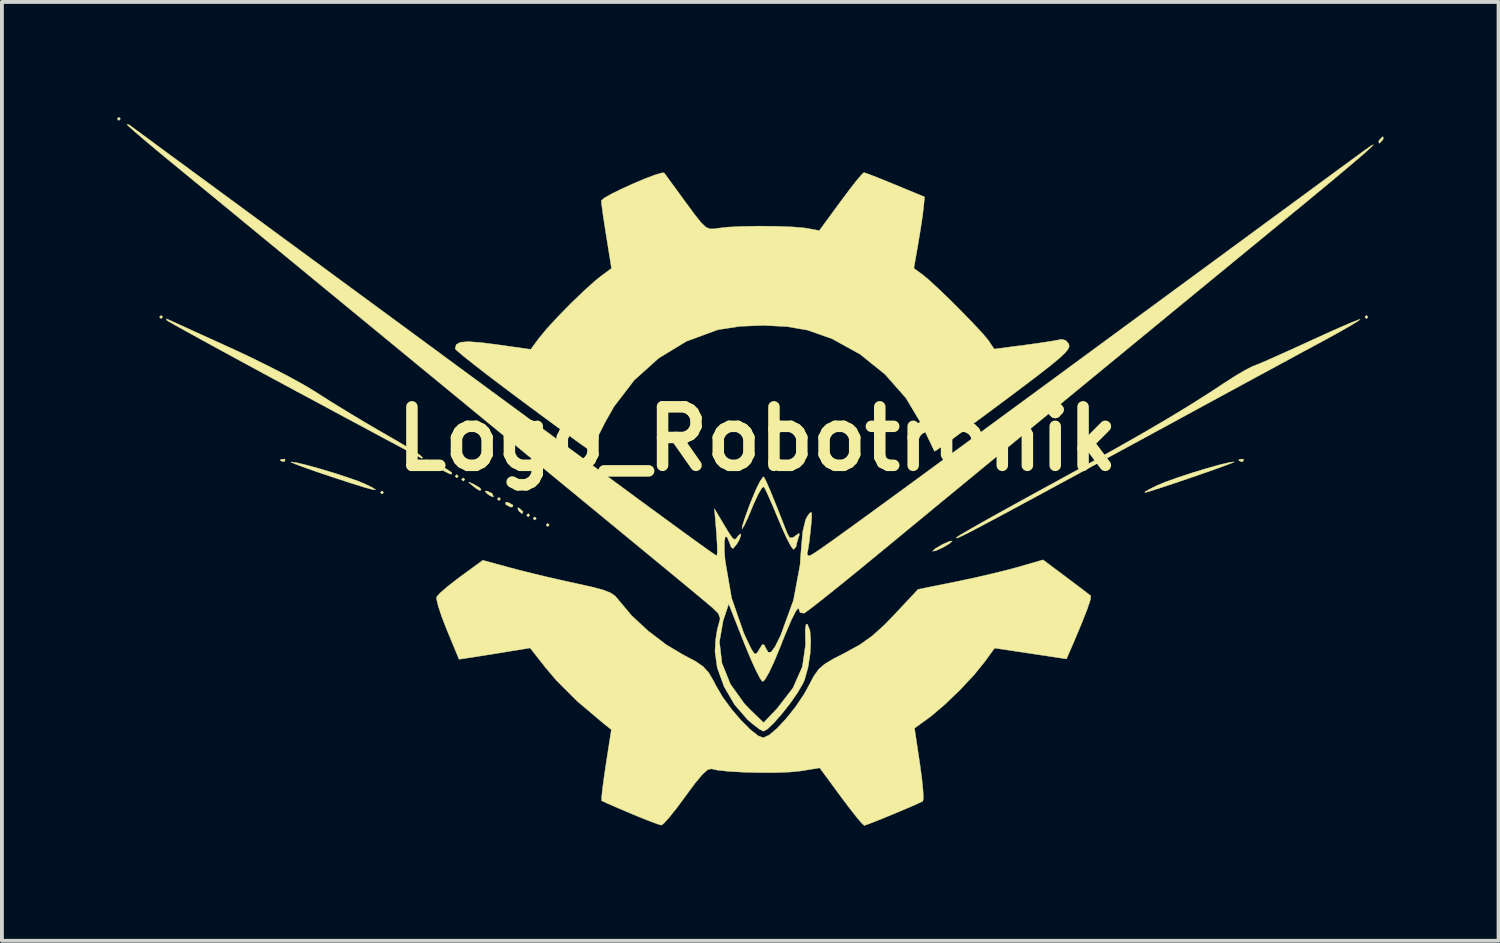
<source format=kicad_pcb>
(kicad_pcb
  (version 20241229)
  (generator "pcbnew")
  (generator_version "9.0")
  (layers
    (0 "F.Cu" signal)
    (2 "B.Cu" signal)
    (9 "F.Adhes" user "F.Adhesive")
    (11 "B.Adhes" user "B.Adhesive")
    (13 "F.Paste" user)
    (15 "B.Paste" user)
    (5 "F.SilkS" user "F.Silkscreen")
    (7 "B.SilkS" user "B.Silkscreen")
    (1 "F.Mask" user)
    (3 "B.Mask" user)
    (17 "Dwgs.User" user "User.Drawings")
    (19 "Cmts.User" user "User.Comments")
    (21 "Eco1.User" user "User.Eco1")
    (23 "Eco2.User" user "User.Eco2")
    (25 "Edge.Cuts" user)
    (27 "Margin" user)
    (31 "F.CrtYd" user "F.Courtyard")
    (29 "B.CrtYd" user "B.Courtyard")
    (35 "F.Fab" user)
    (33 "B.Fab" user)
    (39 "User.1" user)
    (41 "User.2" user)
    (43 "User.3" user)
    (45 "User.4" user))
  (footprint "Logo_Robotronik"
    (layer "F.Cu")
    (at 16.684 8.387)
    (property "Reference" "Logo_Robotronik" (at 0 0 0) (layer "F.SilkS") (effects (font (size 1.524 1.524) (thickness 0.3))))
    (attr through_hole)
    (fp_poly (pts (xy -16.595 -8.34) (xy -16.637 -8.297) (xy -16.679 -8.34) (xy -16.637 -8.382) (xy -16.595 -8.34)) (stroke (width 0.01) (type solid)) (fill yes) (layer "F.SilkS"))
    (fp_poly (pts (xy -15.494 -3.175) (xy -15.536 -3.133) (xy -15.579 -3.175) (xy -15.536 -3.217) (xy -15.494 -3.175)) (stroke (width 0.01) (type solid)) (fill yes) (layer "F.SilkS"))
    (fp_poly (pts (xy -9.737 1.397) (xy -9.779 1.439) (xy -9.821 1.397) (xy -9.779 1.355) (xy -9.737 1.397)) (stroke (width 0.01) (type solid)) (fill yes) (layer "F.SilkS"))
    (fp_poly (pts (xy -7.789 0.974) (xy -7.832 1.016) (xy -7.874 0.974) (xy -7.832 0.931) (xy -7.789 0.974)) (stroke (width 0.01) (type solid)) (fill yes) (layer "F.SilkS"))
    (fp_poly (pts (xy -7.62 1.058) (xy -7.662 1.101) (xy -7.705 1.058) (xy -7.662 1.016) (xy -7.62 1.058)) (stroke (width 0.01) (type solid)) (fill yes) (layer "F.SilkS"))
    (fp_poly (pts (xy -6.689 1.566) (xy -6.731 1.609) (xy -6.773 1.566) (xy -6.731 1.524) (xy -6.689 1.566)) (stroke (width 0.01) (type solid)) (fill yes) (layer "F.SilkS"))
    (fp_poly (pts (xy -5.927 1.99) (xy -5.969 2.032) (xy -6.011 1.99) (xy -5.969 1.947) (xy -5.927 1.99)) (stroke (width 0.01) (type solid)) (fill yes) (layer "F.SilkS"))
    (fp_poly (pts (xy -5.757 2.074) (xy -5.8 2.117) (xy -5.842 2.074) (xy -5.8 2.032) (xy -5.757 2.074)) (stroke (width 0.01) (type solid)) (fill yes) (layer "F.SilkS"))
    (fp_poly (pts (xy -5.419 2.244) (xy -5.461 2.286) (xy -5.503 2.244) (xy -5.461 2.201) (xy -5.419 2.244)) (stroke (width 0.01) (type solid)) (fill yes) (layer "F.SilkS"))
    (fp_poly (pts (xy 15.917 -3.175) (xy 15.875 -3.133) (xy 15.833 -3.175) (xy 15.875 -3.217) (xy 15.917 -3.175)) (stroke (width 0.01) (type solid)) (fill yes) (layer "F.SilkS"))
    (fp_poly (pts (xy -12.305 0.536) (xy -12.317 0.587) (xy -12.361 0.593) (xy -12.431 0.562) (xy -12.418 0.536) (xy -12.317 0.526) (xy -12.305 0.536)) (stroke (width 0.01) (type solid)) (fill yes) (layer "F.SilkS"))
    (fp_poly (pts (xy 12.672 0.536) (xy 12.66 0.587) (xy 12.615 0.593) (xy 12.546 0.562) (xy 12.559 0.536) (xy 12.659 0.526) (xy 12.672 0.536)) (stroke (width 0.01) (type solid)) (fill yes) (layer "F.SilkS"))
    (fp_poly (pts (xy -6.918 1.416) (xy -6.9 1.439) (xy -6.871 1.515) (xy -6.951 1.487) (xy -7.027 1.439) (xy -7.092 1.371) (xy -7.053 1.356) (xy -6.918 1.416)) (stroke (width 0.01) (type solid)) (fill yes) (layer "F.SilkS"))
    (fp_poly (pts (xy -6.481 1.661) (xy -6.362 1.729) (xy -6.382 1.774) (xy -6.43 1.778) (xy -6.544 1.717) (xy -6.561 1.694) (xy -6.547 1.646) (xy -6.481 1.661)) (stroke (width 0.01) (type solid)) (fill yes) (layer "F.SilkS"))
    (fp_poly (pts (xy -6.194 1.812) (xy -6.103 1.897) (xy -6.122 1.947) (xy -6.133 1.947) (xy -6.205 1.887) (xy -6.231 1.85) (xy -6.241 1.792) (xy -6.194 1.812)) (stroke (width 0.01) (type solid)) (fill yes) (layer "F.SilkS"))
    (fp_poly (pts (xy -7.492 1.134) (xy -7.387 1.184) (xy -7.243 1.267) (xy -7.197 1.315) (xy -7.223 1.351) (xy -7.325 1.292) (xy -7.413 1.223) (xy -7.522 1.132) (xy -7.492 1.134)) (stroke (width 0.01) (type solid)) (fill yes) (layer "F.SilkS"))
    (fp_poly (pts (xy 16.314 -7.819) (xy 16.298 -7.789) (xy 16.219 -7.708) (xy 16.204 -7.705) (xy 16.198 -7.759) (xy 16.214 -7.789) (xy 16.293 -7.87) (xy 16.308 -7.874) (xy 16.314 -7.819)) (stroke (width 0.01) (type solid)) (fill yes) (layer "F.SilkS"))
    (fp_poly (pts (xy 5.08 2.663) (xy 5.013 2.726) (xy 4.849 2.824) (xy 4.826 2.836) (xy 4.657 2.913) (xy 4.574 2.929) (xy 4.572 2.925) (xy 4.639 2.862) (xy 4.803 2.764) (xy 4.826 2.752) (xy 4.995 2.675) (xy 5.078 2.659) (xy 5.08 2.663)) (stroke (width 0.01) (type solid)) (fill yes) (layer "F.SilkS"))
    (fp_poly (pts (xy -8.569 0.556) (xy -8.4 0.627) (xy -8.297 0.677) (xy -8.094 0.789) (xy -7.973 0.871) (xy -7.959 0.891) (xy -7.965 0.92) (xy -8.012 0.912) (xy -8.137 0.851) (xy -8.319 0.756) (xy -8.514 0.644) (xy -8.626 0.563) (xy -8.636 0.547) (xy -8.569 0.556)) (stroke (width 0.01) (type solid)) (fill yes) (layer "F.SilkS"))
    (fp_poly (pts (xy -12.004 0.621) (xy -11.742 0.684) (xy -11.407 0.777) (xy -11.042 0.886) (xy -10.691 1) (xy -10.396 1.104) (xy -10.239 1.168) (xy -10.017 1.276) (xy -9.945 1.326) (xy -10.025 1.32) (xy -10.257 1.257) (xy -10.645 1.135) (xy -11.134 0.974) (xy -11.525 0.842) (xy -11.842 0.729) (xy -12.06 0.647) (xy -12.152 0.604) (xy -12.15 0.601) (xy -12.004 0.621)) (stroke (width 0.01) (type solid)) (fill yes) (layer "F.SilkS"))
    (fp_poly (pts (xy 12.377 0.626) (xy 12.195 0.695) (xy 11.919 0.795) (xy 11.581 0.914) (xy 11.214 1.04) (xy 10.851 1.163) (xy 10.525 1.271) (xy 10.269 1.353) (xy 10.118 1.397) (xy 10.097 1.387) (xy 10.206 1.321) (xy 10.414 1.217) (xy 10.646 1.121) (xy 10.966 1.006) (xy 11.332 0.886) (xy 11.704 0.772) (xy 12.039 0.678) (xy 12.296 0.616) (xy 12.431 0.599) (xy 12.377 0.626)) (stroke (width 0.01) (type solid)) (fill yes) (layer "F.SilkS"))
    (fp_poly (pts (xy 0.234 1.111) (xy 0.351 1.38) (xy 0.518 1.792) (xy 0.732 2.338) (xy 0.773 2.443) (xy 0.845 2.579) (xy 0.933 2.571) (xy 0.991 2.528) (xy 1.092 2.459) (xy 1.093 2.516) (xy 1.074 2.568) (xy 1.025 2.736) (xy 1.016 2.801) (xy 0.956 2.877) (xy 0.943 2.879) (xy 0.883 2.805) (xy 0.778 2.608) (xy 0.645 2.319) (xy 0.551 2.095) (xy 0.409 1.757) (xy 0.287 1.478) (xy 0.201 1.295) (xy 0.172 1.246) (xy 0.116 1.286) (xy 0.019 1.452) (xy -0.099 1.71) (xy -0.126 1.776) (xy -0.244 2.055) (xy -0.338 2.255) (xy -0.392 2.34) (xy -0.397 2.34) (xy -0.382 2.253) (xy -0.316 2.047) (xy -0.212 1.758) (xy -0.157 1.618) (xy -0.032 1.318) (xy 0.077 1.1) (xy 0.152 0.994) (xy 0.171 0.992) (xy 0.234 1.111)) (stroke (width 0.01) (type solid)) (fill yes) (layer "F.SilkS"))
    (fp_poly (pts (xy -15.367 -3.117) (xy -15.267 -3.071) (xy -15.037 -2.966) (xy -14.703 -2.814) (xy -14.289 -2.626) (xy -13.821 -2.413) (xy -13.744 -2.379) (xy -13.212 -2.13) (xy -12.679 -1.867) (xy -12.185 -1.611) (xy -11.771 -1.382) (xy -11.5 -1.217) (xy -11.145 -0.99) (xy -10.7 -0.716) (xy -10.219 -0.427) (xy -9.762 -0.16) (xy -9.758 -0.158) (xy -9.303 0.105) (xy -8.986 0.295) (xy -8.795 0.421) (xy -8.717 0.489) (xy -8.742 0.507) (xy -8.742 0.507) (xy -8.818 0.468) (xy -9.029 0.356) (xy -9.358 0.181) (xy -9.791 -0.05) (xy -10.312 -0.33) (xy -10.907 -0.649) (xy -11.559 -1) (xy -12.051 -1.264) (xy -12.738 -1.634) (xy -13.378 -1.981) (xy -13.957 -2.296) (xy -14.46 -2.571) (xy -14.87 -2.797) (xy -15.172 -2.965) (xy -15.351 -3.068) (xy -15.395 -3.097) (xy -15.396 -3.129) (xy -15.367 -3.117)) (stroke (width 0.01) (type solid)) (fill yes) (layer "F.SilkS"))
    (fp_poly (pts (xy 15.65 -3.066) (xy 15.465 -2.954) (xy 15.181 -2.791) (xy 14.822 -2.593) (xy 14.621 -2.484) (xy 14.217 -2.267) (xy 13.703 -1.988) (xy 13.117 -1.671) (xy 12.498 -1.335) (xy 11.884 -1.002) (xy 11.599 -0.847) (xy 10.461 -0.228) (xy 9.462 0.314) (xy 8.595 0.785) (xy 7.849 1.189) (xy 7.218 1.531) (xy 6.691 1.815) (xy 6.26 2.047) (xy 5.916 2.23) (xy 5.65 2.37) (xy 5.454 2.471) (xy 5.319 2.537) (xy 5.236 2.575) (xy 5.196 2.587) (xy 5.19 2.579) (xy 5.207 2.559) (xy 5.3 2.499) (xy 5.523 2.369) (xy 5.857 2.179) (xy 6.284 1.94) (xy 6.784 1.664) (xy 7.338 1.359) (xy 7.578 1.229) (xy 8.542 0.7) (xy 9.375 0.235) (xy 10.097 -0.176) (xy 10.728 -0.546) (xy 11.288 -0.887) (xy 11.797 -1.209) (xy 12.15 -1.442) (xy 12.448 -1.634) (xy 12.714 -1.791) (xy 12.9 -1.886) (xy 12.93 -1.898) (xy 13.069 -1.952) (xy 13.33 -2.065) (xy 13.684 -2.223) (xy 14.101 -2.411) (xy 14.401 -2.549) (xy 14.828 -2.744) (xy 15.197 -2.908) (xy 15.485 -3.031) (xy 15.664 -3.101) (xy 15.711 -3.113) (xy 15.65 -3.066)) (stroke (width 0.01) (type solid)) (fill yes) (layer "F.SilkS"))
    (fp_poly (pts (xy 2.878 -6.908) (xy 3.095 -6.825) (xy 3.394 -6.705) (xy 3.598 -6.621) (xy 4.36 -6.305) (xy 4.332 -6.01) (xy 4.303 -5.778) (xy 4.253 -5.449) (xy 4.194 -5.093) (xy 4.192 -5.08) (xy 4.081 -4.445) (xy 4.305 -4.282) (xy 4.481 -4.136) (xy 4.733 -3.903) (xy 5.03 -3.617) (xy 5.339 -3.308) (xy 5.628 -3.01) (xy 5.865 -2.755) (xy 6.017 -2.575) (xy 6.037 -2.546) (xy 6.175 -2.341) (xy 6.995 -2.448) (xy 7.359 -2.498) (xy 7.664 -2.545) (xy 7.868 -2.582) (xy 7.923 -2.597) (xy 8.042 -2.565) (xy 8.117 -2.475) (xy 8.131 -2.417) (xy 8.105 -2.344) (xy 8.025 -2.244) (xy 7.876 -2.104) (xy 7.644 -1.912) (xy 7.316 -1.656) (xy 6.876 -1.323) (xy 6.422 -0.982) (xy 5.945 -0.628) (xy 5.515 -0.311) (xy 5.15 -0.044) (xy 4.867 0.159) (xy 4.685 0.285) (xy 4.62 0.323) (xy 4.578 0.239) (xy 4.483 0.039) (xy 4.35 -0.241) (xy 4.29 -0.369) (xy 3.876 -1.063) (xy 3.329 -1.683) (xy 2.678 -2.207) (xy 1.951 -2.608) (xy 1.309 -2.834) (xy 0.779 -2.925) (xy 0.167 -2.958) (xy -0.449 -2.933) (xy -0.994 -2.849) (xy -1.055 -2.834) (xy -1.847 -2.542) (xy -2.569 -2.103) (xy -3.203 -1.533) (xy -3.731 -0.845) (xy -3.972 -0.419) (xy -4.127 -0.109) (xy -4.252 0.136) (xy -4.329 0.282) (xy -4.344 0.308) (xy -4.414 0.265) (xy -4.601 0.133) (xy -4.888 -0.074) (xy -5.256 -0.342) (xy -5.688 -0.66) (xy -6.118 -0.978) (xy -6.591 -1.332) (xy -7.017 -1.655) (xy -7.375 -1.932) (xy -7.65 -2.151) (xy -7.822 -2.296) (xy -7.874 -2.351) (xy -7.844 -2.457) (xy -7.737 -2.517) (xy -7.531 -2.534) (xy -7.203 -2.51) (xy -6.806 -2.46) (xy -5.903 -2.332) (xy -5.685 -2.627) (xy -5.482 -2.872) (xy -5.194 -3.185) (xy -4.862 -3.524) (xy -4.527 -3.847) (xy -4.233 -4.112) (xy -4.079 -4.236) (xy -3.798 -4.445) (xy -3.931 -5.27) (xy -3.988 -5.634) (xy -4.033 -5.941) (xy -4.059 -6.149) (xy -4.064 -6.208) (xy -3.992 -6.273) (xy -3.804 -6.381) (xy -3.538 -6.512) (xy -3.233 -6.65) (xy -2.931 -6.778) (xy -2.668 -6.878) (xy -2.486 -6.932) (xy -2.425 -6.931) (xy -2.369 -6.854) (xy -2.235 -6.67) (xy -2.044 -6.409) (xy -1.867 -6.167) (xy -1.629 -5.844) (xy -1.462 -5.635) (xy -1.34 -5.518) (xy -1.235 -5.472) (xy -1.119 -5.473) (xy -1.025 -5.489) (xy -0.758 -5.519) (xy -0.375 -5.537) (xy 0.07 -5.544) (xy 0.522 -5.539) (xy 0.929 -5.523) (xy 1.236 -5.496) (xy 1.296 -5.487) (xy 1.618 -5.428) (xy 2.172 -6.185) (xy 2.399 -6.489) (xy 2.591 -6.735) (xy 2.727 -6.893) (xy 2.781 -6.94) (xy 2.878 -6.908)) (stroke (width 0.01) (type solid)) (fill yes) (layer "F.SilkS"))
    (fp_poly (pts (xy 8.054 3.606) (xy 8.327 3.811) (xy 8.544 3.976) (xy 8.673 4.076) (xy 8.693 4.093) (xy 8.682 4.191) (xy 8.603 4.429) (xy 8.461 4.791) (xy 8.263 5.265) (xy 8.229 5.343) (xy 8.059 5.734) (xy 7.122 5.593) (xy 6.185 5.453) (xy 5.938 5.795) (xy 5.658 6.142) (xy 5.294 6.532) (xy 4.901 6.911) (xy 4.536 7.222) (xy 4.441 7.293) (xy 4.098 7.54) (xy 4.238 8.472) (xy 4.289 8.848) (xy 4.32 9.159) (xy 4.329 9.369) (xy 4.316 9.441) (xy 4.202 9.497) (xy 3.982 9.594) (xy 3.699 9.714) (xy 3.395 9.84) (xy 3.114 9.954) (xy 2.898 10.038) (xy 2.791 10.075) (xy 2.788 10.075) (xy 2.719 10.011) (xy 2.573 9.838) (xy 2.374 9.582) (xy 2.181 9.325) (xy 1.628 8.574) (xy 1.132 8.655) (xy 0.853 8.683) (xy 0.481 8.697) (xy 0.061 8.698) (xy -0.361 8.687) (xy -0.743 8.665) (xy -1.039 8.633) (xy -1.191 8.599) (xy -1.285 8.617) (xy -1.426 8.74) (xy -1.628 8.983) (xy -1.868 9.308) (xy -2.095 9.615) (xy -2.291 9.862) (xy -2.435 10.021) (xy -2.498 10.067) (xy -2.609 10.034) (xy -2.836 9.949) (xy -3.138 9.828) (xy -3.302 9.76) (xy -3.62 9.624) (xy -3.874 9.514) (xy -4.027 9.444) (xy -4.054 9.43) (xy -4.055 9.341) (xy -4.032 9.12) (xy -3.99 8.803) (xy -3.944 8.491) (xy -3.802 7.578) (xy -3.996 7.424) (xy -4.686 6.841) (xy -5.234 6.294) (xy -5.507 5.973) (xy -5.919 5.449) (xy -6.536 5.55) (xy -6.892 5.608) (xy -7.227 5.661) (xy -7.463 5.698) (xy -7.771 5.744) (xy -8.085 4.987) (xy -8.216 4.65) (xy -8.311 4.366) (xy -8.357 4.174) (xy -8.357 4.121) (xy -8.273 4.025) (xy -8.086 3.861) (xy -7.83 3.66) (xy -7.734 3.589) (xy -7.151 3.164) (xy -6.433 3.36) (xy -6.036 3.463) (xy -5.547 3.582) (xy -5.04 3.698) (xy -4.744 3.763) (xy -4.318 3.857) (xy -4.025 3.934) (xy -3.833 4.008) (xy -3.707 4.091) (xy -3.616 4.196) (xy -3.608 4.207) (xy -3.277 4.602) (xy -2.844 5.005) (xy -2.366 5.368) (xy -1.929 5.628) (xy -1.615 5.793) (xy -1.409 5.934) (xy -1.263 6.096) (xy -1.13 6.323) (xy -1.073 6.437) (xy -0.901 6.73) (xy -0.675 7.039) (xy -0.425 7.333) (xy -0.181 7.577) (xy 0.027 7.74) (xy 0.155 7.789) (xy 0.307 7.722) (xy 0.518 7.543) (xy 0.759 7.284) (xy 1.002 6.978) (xy 1.218 6.657) (xy 1.335 6.447) (xy 1.47 6.19) (xy 1.596 6.011) (xy 1.754 5.871) (xy 1.987 5.731) (xy 2.277 5.583) (xy 2.666 5.369) (xy 2.996 5.136) (xy 3.324 4.839) (xy 3.573 4.582) (xy 4.191 3.921) (xy 5.165 3.726) (xy 5.636 3.626) (xy 6.125 3.513) (xy 6.564 3.404) (xy 6.793 3.342) (xy 7.448 3.153) (xy 8.054 3.606)) (stroke (width 0.01) (type solid)) (fill yes) (layer "F.SilkS"))
    (fp_poly (pts (xy -16.373 -8.187) (xy -16.32 -8.15) (xy -16.228 -8.081) (xy -16.016 -7.925) (xy -15.702 -7.693) (xy -15.303 -7.399) (xy -14.834 -7.055) (xy -14.314 -6.673) (xy -13.97 -6.42) (xy -13.338 -5.956) (xy -12.59 -5.406) (xy -11.744 -4.785) (xy -10.821 -4.107) (xy -9.84 -3.386) (xy -8.821 -2.637) (xy -7.784 -1.874) (xy -6.748 -1.112) (xy -5.732 -0.366) (xy -4.757 0.351) (xy -3.843 1.024) (xy -3.008 1.639) (xy -2.853 1.752) (xy -2.377 2.101) (xy -1.947 2.415) (xy -1.581 2.68) (xy -1.298 2.882) (xy -1.116 3.009) (xy -1.054 3.048) (xy -1.041 2.971) (xy -1.044 2.767) (xy -1.061 2.478) (xy -1.065 2.434) (xy -1.115 1.82) (xy -0.889 2.201) (xy -0.734 2.458) (xy -0.64 2.591) (xy -0.581 2.623) (xy -0.53 2.577) (xy -0.505 2.538) (xy -0.439 2.474) (xy -0.425 2.503) (xy -0.47 2.637) (xy -0.54 2.751) (xy -0.631 2.859) (xy -0.682 2.819) (xy -0.715 2.725) (xy -0.784 2.56) (xy -0.833 2.55) (xy -0.857 2.684) (xy -0.854 2.948) (xy -0.837 3.171) (xy -0.669 4.146) (xy -0.352 5.061) (xy -0.278 5.222) (xy -0.155 5.475) (xy -0.078 5.595) (xy -0.022 5.601) (xy 0.037 5.515) (xy 0.05 5.49) (xy 0.132 5.36) (xy 0.184 5.372) (xy 0.215 5.44) (xy 0.283 5.56) (xy 0.361 5.557) (xy 0.463 5.419) (xy 0.604 5.134) (xy 0.619 5.099) (xy 0.944 4.204) (xy 1.115 3.29) (xy 1.143 2.902) (xy 1.184 2.425) (xy 1.26 2.108) (xy 1.309 2.013) (xy 1.38 1.921) (xy 1.415 1.921) (xy 1.42 2.036) (xy 1.399 2.289) (xy 1.391 2.371) (xy 1.358 2.663) (xy 1.324 2.885) (xy 1.299 2.985) (xy 1.322 3.045) (xy 1.348 3.048) (xy 1.367 3.044) (xy 1.402 3.028) (xy 1.458 2.995) (xy 1.543 2.94) (xy 1.664 2.858) (xy 1.826 2.744) (xy 2.039 2.593) (xy 2.307 2.399) (xy 2.639 2.159) (xy 3.04 1.867) (xy 3.519 1.518) (xy 4.082 1.106) (xy 4.736 0.627) (xy 5.487 0.076) (xy 6.343 -0.553) (xy 7.311 -1.263) (xy 8.397 -2.061) (xy 9.609 -2.952) (xy 10.372 -3.512) (xy 11.207 -4.126) (xy 12.008 -4.714) (xy 12.763 -5.269) (xy 13.462 -5.783) (xy 14.093 -6.246) (xy 14.644 -6.651) (xy 15.105 -6.989) (xy 15.464 -7.252) (xy 15.709 -7.432) (xy 15.83 -7.52) (xy 15.833 -7.522) (xy 16.011 -7.646) (xy 16.059 -7.665) (xy 15.978 -7.582) (xy 15.77 -7.397) (xy 15.436 -7.112) (xy 14.978 -6.728) (xy 14.397 -6.246) (xy 13.695 -5.669) (xy 13.631 -5.616) (xy 12.762 -4.903) (xy 11.822 -4.131) (xy 10.831 -3.317) (xy 9.808 -2.476) (xy 8.774 -1.626) (xy 7.748 -0.782) (xy 6.749 0.04) (xy 5.798 0.823) (xy 4.913 1.551) (xy 4.116 2.208) (xy 3.425 2.778) (xy 3.273 2.903) (xy 2.779 3.309) (xy 2.324 3.68) (xy 1.924 4.002) (xy 1.598 4.261) (xy 1.362 4.444) (xy 1.234 4.536) (xy 1.22 4.544) (xy 1.116 4.528) (xy 1.101 4.479) (xy 1.077 4.405) (xy 1.007 4.485) (xy 0.888 4.722) (xy 0.719 5.118) (xy 0.59 5.443) (xy 0.436 5.815) (xy 0.3 6.103) (xy 0.194 6.281) (xy 0.138 6.325) (xy 0.072 6.239) (xy -0.038 6.024) (xy -0.178 5.714) (xy -0.334 5.339) (xy -0.35 5.297) (xy -0.743 4.301) (xy -0.89 4.743) (xy -0.985 5.289) (xy -0.92 5.844) (xy -0.701 6.389) (xy -0.336 6.9) (xy -0.178 7.064) (xy 0.166 7.397) (xy 0.518 7.027) (xy 0.928 6.496) (xy 1.176 5.939) (xy 1.259 5.364) (xy 1.256 5.251) (xy 1.251 4.975) (xy 1.273 4.834) (xy 1.306 4.828) (xy 1.373 4.991) (xy 1.395 5.266) (xy 1.378 5.604) (xy 1.324 5.953) (xy 1.237 6.265) (xy 1.191 6.374) (xy 1.054 6.611) (xy 0.864 6.884) (xy 0.649 7.157) (xy 0.441 7.395) (xy 0.267 7.561) (xy 0.162 7.62) (xy 0.06 7.567) (xy -0.117 7.432) (xy -0.251 7.317) (xy -0.59 6.928) (xy -0.863 6.458) (xy -1.042 5.964) (xy -1.101 5.538) (xy -1.083 5.229) (xy -1.039 4.952) (xy -1.01 4.853) (xy -0.966 4.682) (xy -1.013 4.552) (xy -1.164 4.403) (xy -1.249 4.33) (xy -1.39 4.212) (xy -1.594 4.042) (xy -1.868 3.815) (xy -2.219 3.525) (xy -2.655 3.166) (xy -3.181 2.733) (xy -3.805 2.219) (xy -4.535 1.618) (xy -5.377 0.926) (xy -6.338 0.136) (xy -7.027 -0.43) (xy -7.554 -0.863) (xy -8.18 -1.378) (xy -8.875 -1.949) (xy -9.607 -2.552) (xy -10.346 -3.159) (xy -11.061 -3.747) (xy -11.557 -4.155) (xy -12.186 -4.673) (xy -12.822 -5.196) (xy -13.442 -5.706) (xy -14.023 -6.184) (xy -14.542 -6.61) (xy -14.976 -6.966) (xy -15.302 -7.234) (xy -15.304 -7.235) (xy -15.671 -7.539) (xy -15.988 -7.805) (xy -16.233 -8.015) (xy -16.385 -8.151) (xy -16.425 -8.194) (xy -16.373 -8.187)) (stroke (width 0.01) (type solid)) (fill yes) (layer "F.SilkS")))
  (gr_rect
    (start -3 -3)
    (end 36.003 21.467)
    (stroke (width 0.1) (type default))
    (fill no)
    (layer "Edge.Cuts")))
</source>
